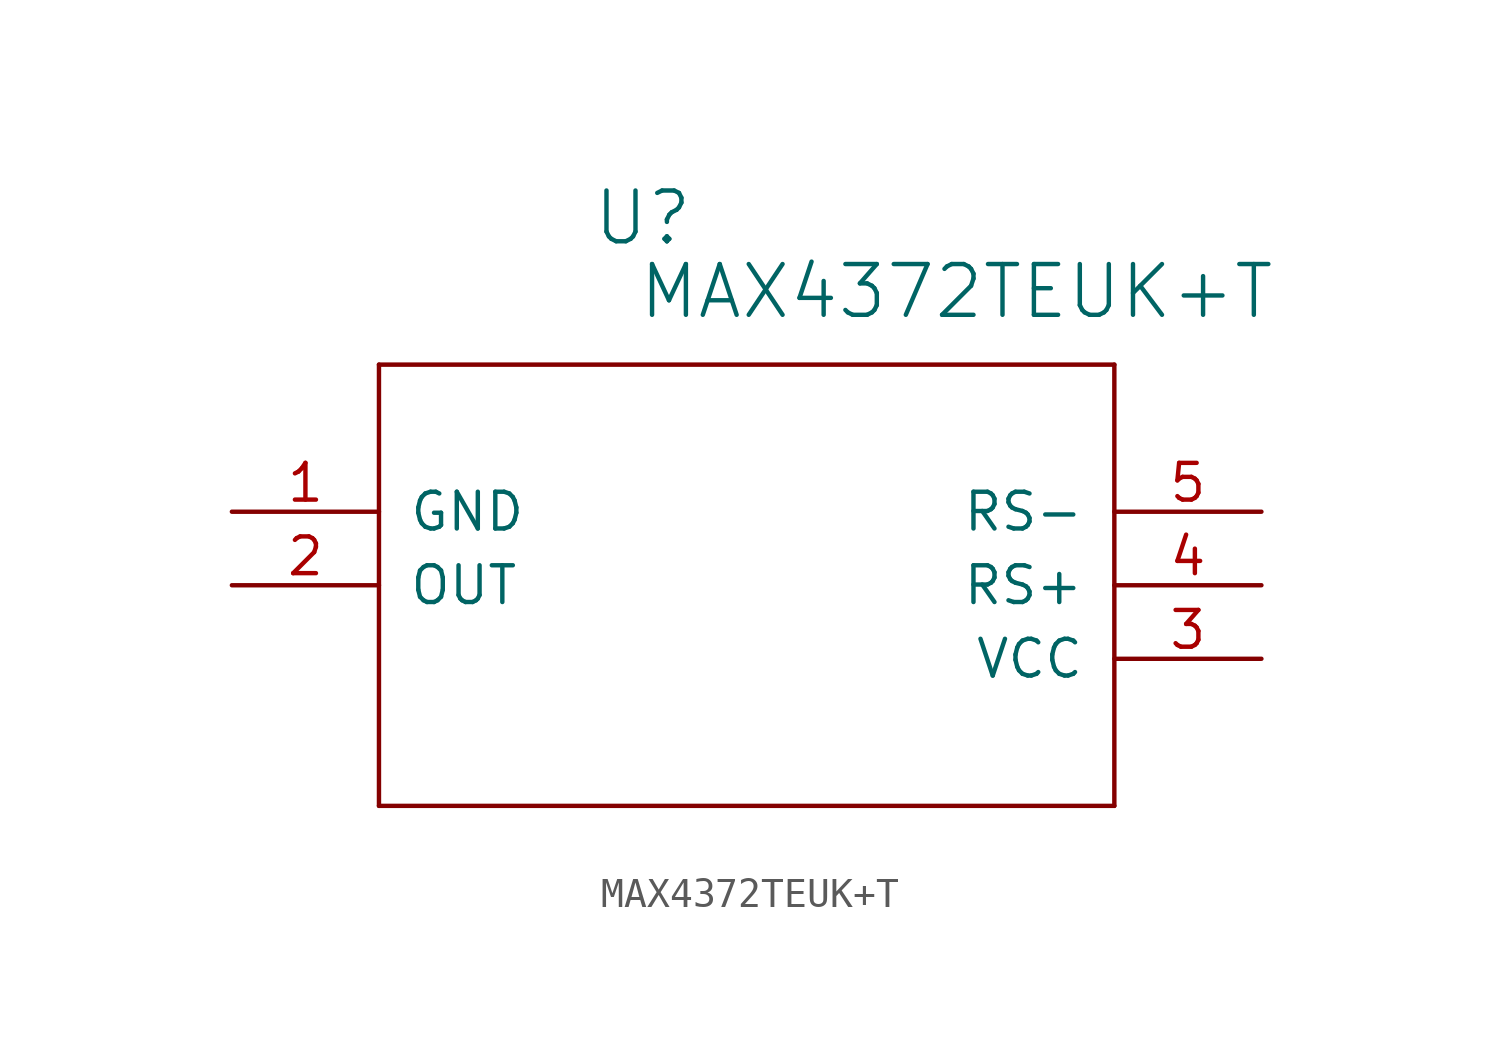
<source format=kicad_sym>
(kicad_symbol_lib
  (version 20211014)
  (generator kicad_symbol_editor)
  (symbol "MAX4372TEUK+T"
    (pin_names
      (offset 1.016))
    (property "Reference" "U"
      (at 14.961 9.119 0)
      (effects (font (size 1.753 1.753)) (justify left bottom)))
    (property "Value" "MAX4372TEUK+T"
      (at 16.535 6.579 0)
      (effects (font (size 1.753 1.753)) (justify left bottom)))
    (property "ki_locked" ""
      (at 0 0 0)
      (effects (font (size 1.27 1.27))))
    (symbol "MAX4372TEUK+T_1_0"
      (polyline (pts (xy 7.62 -10.16) (xy 33.02 -10.16)) (stroke (width 0) (type default) (color 0 0 0 0)) (fill (type none)))
      (polyline (pts (xy 7.62 5.08) (xy 7.62 -10.16)) (stroke (width 0) (type default) (color 0 0 0 0)) (fill (type none)))
      (polyline (pts (xy 33.02 -10.16) (xy 33.02 5.08)) (stroke (width 0) (type default) (color 0 0 0 0)) (fill (type none)))
      (polyline (pts (xy 33.02 5.08) (xy 7.62 5.08)) (stroke (width 0) (type default) (color 0 0 0 0)) (fill (type none)))
      (pin power_in line (at 2.54 0 0) (length 5.08) (name "GND" (effects (font (size 1.27 1.27)))) (number "1" (effects (font (size 1.27 1.27)))))
      (pin output line (at 2.54 -2.54 0) (length 5.08) (name "OUT" (effects (font (size 1.27 1.27)))) (number "2" (effects (font (size 1.27 1.27)))))
      (pin power_in line (at 38.1 -5.08 180) (length 5.08) (name "VCC" (effects (font (size 1.27 1.27)))) (number "3" (effects (font (size 1.27 1.27)))))
      (pin passive line (at 38.1 -2.54 180) (length 5.08) (name "RS+" (effects (font (size 1.27 1.27)))) (number "4" (effects (font (size 1.27 1.27)))))
      (pin passive line (at 38.1 0 180) (length 5.08) (name "RS-" (effects (font (size 1.27 1.27)))) (number "5" (effects (font (size 1.27 1.27))))))))
</source>
